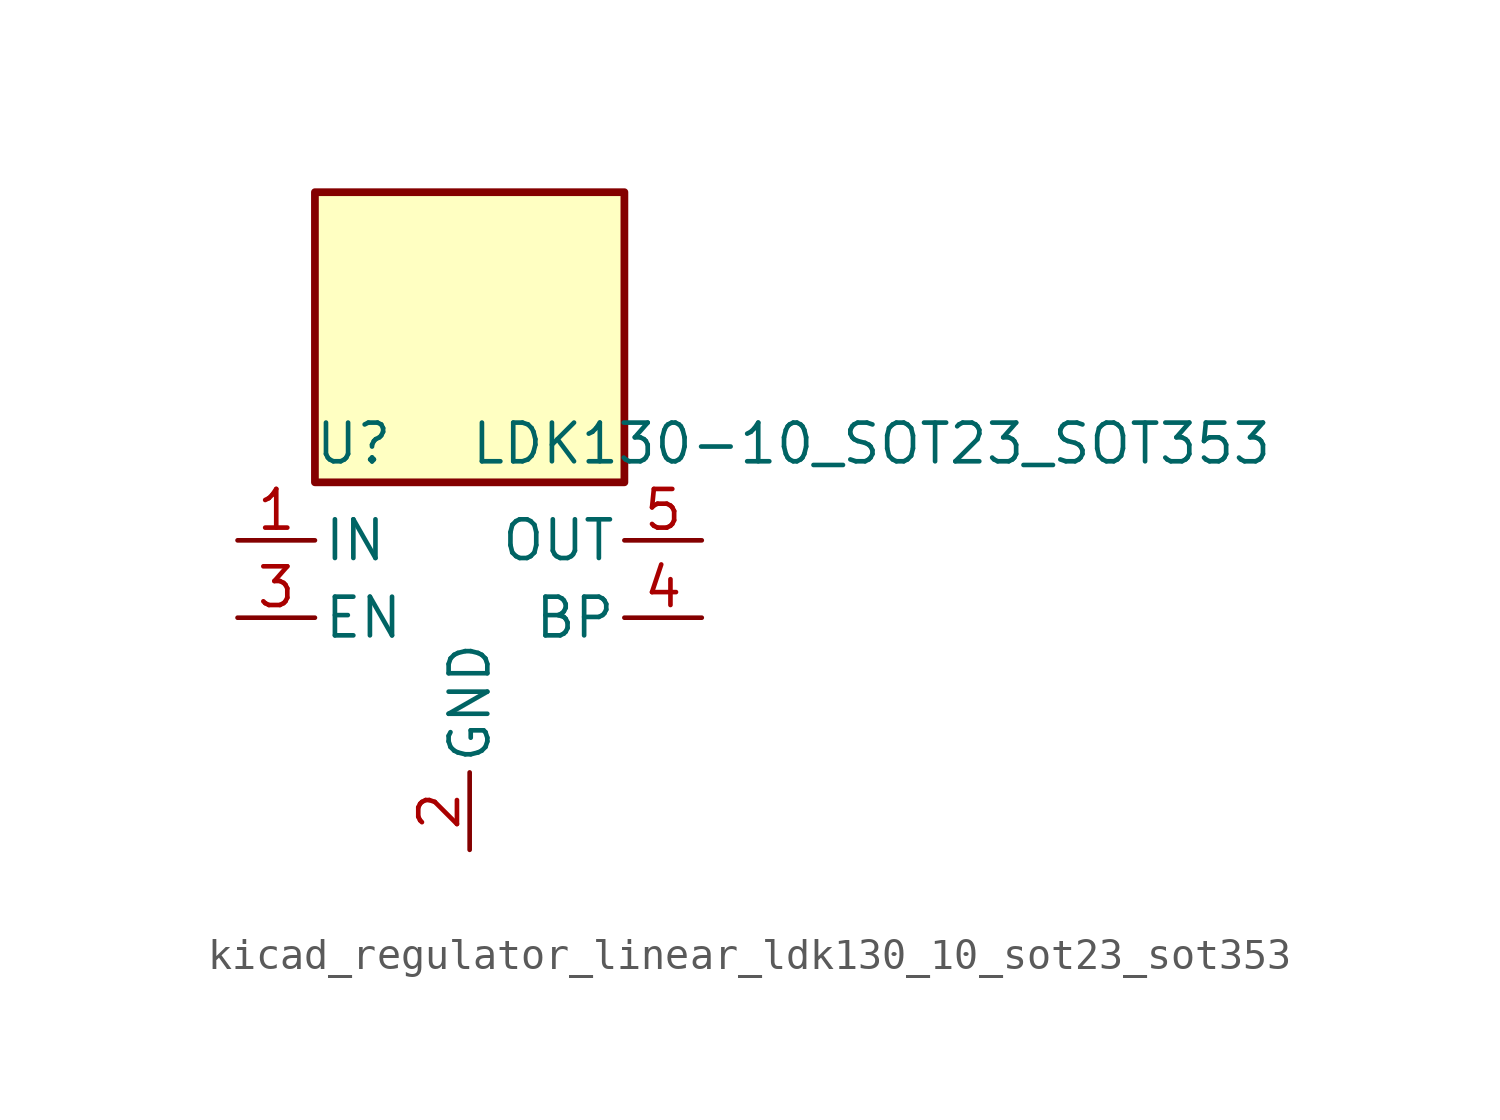
<source format=kicad_sym>
(kicad_symbol_lib
  (version 20220914)
  (generator kicad_symbol_editor)
  (symbol "kicad_regulator_linear_ldk130_10_sot23_sot353"
    (pin_names
      (offset 0.254))
    (property "Reference" "U"
      (at -3.81 5.715 0)
      (effects (font (size 1.27 1.27))))
    (property "Value" "LDK130-10_SOT23_SOT353"
      (at 0 5.715 0)
      (effects (font (size 1.27 1.27)) (justify left)))
    (symbol "kicad_regulator_linear_ldk130_10_sot23_sot353_0_1"
      (rectangle (start 5.08 13.97) (end -5.08 4.445) (stroke (width 0.254) (type default)) (fill (type background))))
    (symbol "kicad_regulator_linear_ldk130_10_sot23_sot353_1_1"
      (pin power_in line (at -7.62 2.54 0) (length 2.54) (name "IN" (effects (font (size 1.27 1.27)))) (number "1" (effects (font (size 1.27 1.27)))))
      (pin power_in line (at 0 -7.62 90) (length 2.54) (name "GND" (effects (font (size 1.27 1.27)))) (number "2" (effects (font (size 1.27 1.27)))))
      (pin input line (at -7.62 0 0) (length 2.54) (name "EN" (effects (font (size 1.27 1.27)))) (number "3" (effects (font (size 1.27 1.27)))))
      (pin passive line (at 7.62 0 180) (length 2.54) (name "BP" (effects (font (size 1.27 1.27)))) (number "4" (effects (font (size 1.27 1.27)))))
      (pin power_out line (at 7.62 2.54 180) (length 2.54) (name "OUT" (effects (font (size 1.27 1.27)))) (number "5" (effects (font (size 1.27 1.27))))))))
</source>
